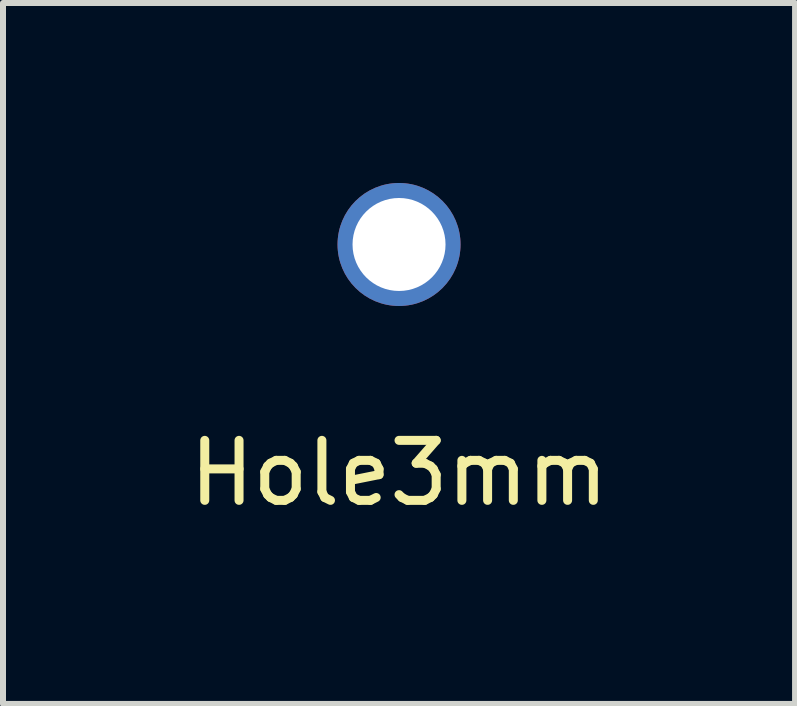
<source format=kicad_pcb>
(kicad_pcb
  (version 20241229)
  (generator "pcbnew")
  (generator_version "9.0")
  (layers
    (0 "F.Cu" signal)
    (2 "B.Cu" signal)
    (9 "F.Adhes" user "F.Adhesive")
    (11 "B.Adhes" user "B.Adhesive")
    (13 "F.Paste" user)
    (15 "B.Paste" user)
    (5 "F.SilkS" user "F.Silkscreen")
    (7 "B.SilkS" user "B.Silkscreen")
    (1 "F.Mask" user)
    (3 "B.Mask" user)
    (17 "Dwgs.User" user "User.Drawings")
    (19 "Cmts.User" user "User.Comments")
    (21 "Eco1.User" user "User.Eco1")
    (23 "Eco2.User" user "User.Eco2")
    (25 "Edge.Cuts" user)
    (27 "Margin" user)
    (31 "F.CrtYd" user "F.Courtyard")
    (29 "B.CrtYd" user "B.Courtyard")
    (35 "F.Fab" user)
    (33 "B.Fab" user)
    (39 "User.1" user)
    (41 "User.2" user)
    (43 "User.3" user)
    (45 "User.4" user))
  (footprint "Hole3mm"
    (layer "F.Cu")
    (at 3.601 1.025)
    (property "Reference" "Hole3mm" (at 0 3.81 0) (layer "F.SilkS") (effects (font (size 1 1) (thickness 0.15))))
    (attr through_hole)
    (pad "1" thru_hole circle (at 0 0) (size 2.05 2.05) (drill 1.55) (layers "*.Cu" "*.Mask")))
  (gr_rect
    (start -3 -3)
    (end 10.202 8.683)
    (stroke (width 0.1) (type default))
    (fill no)
    (layer "Edge.Cuts")))
</source>
